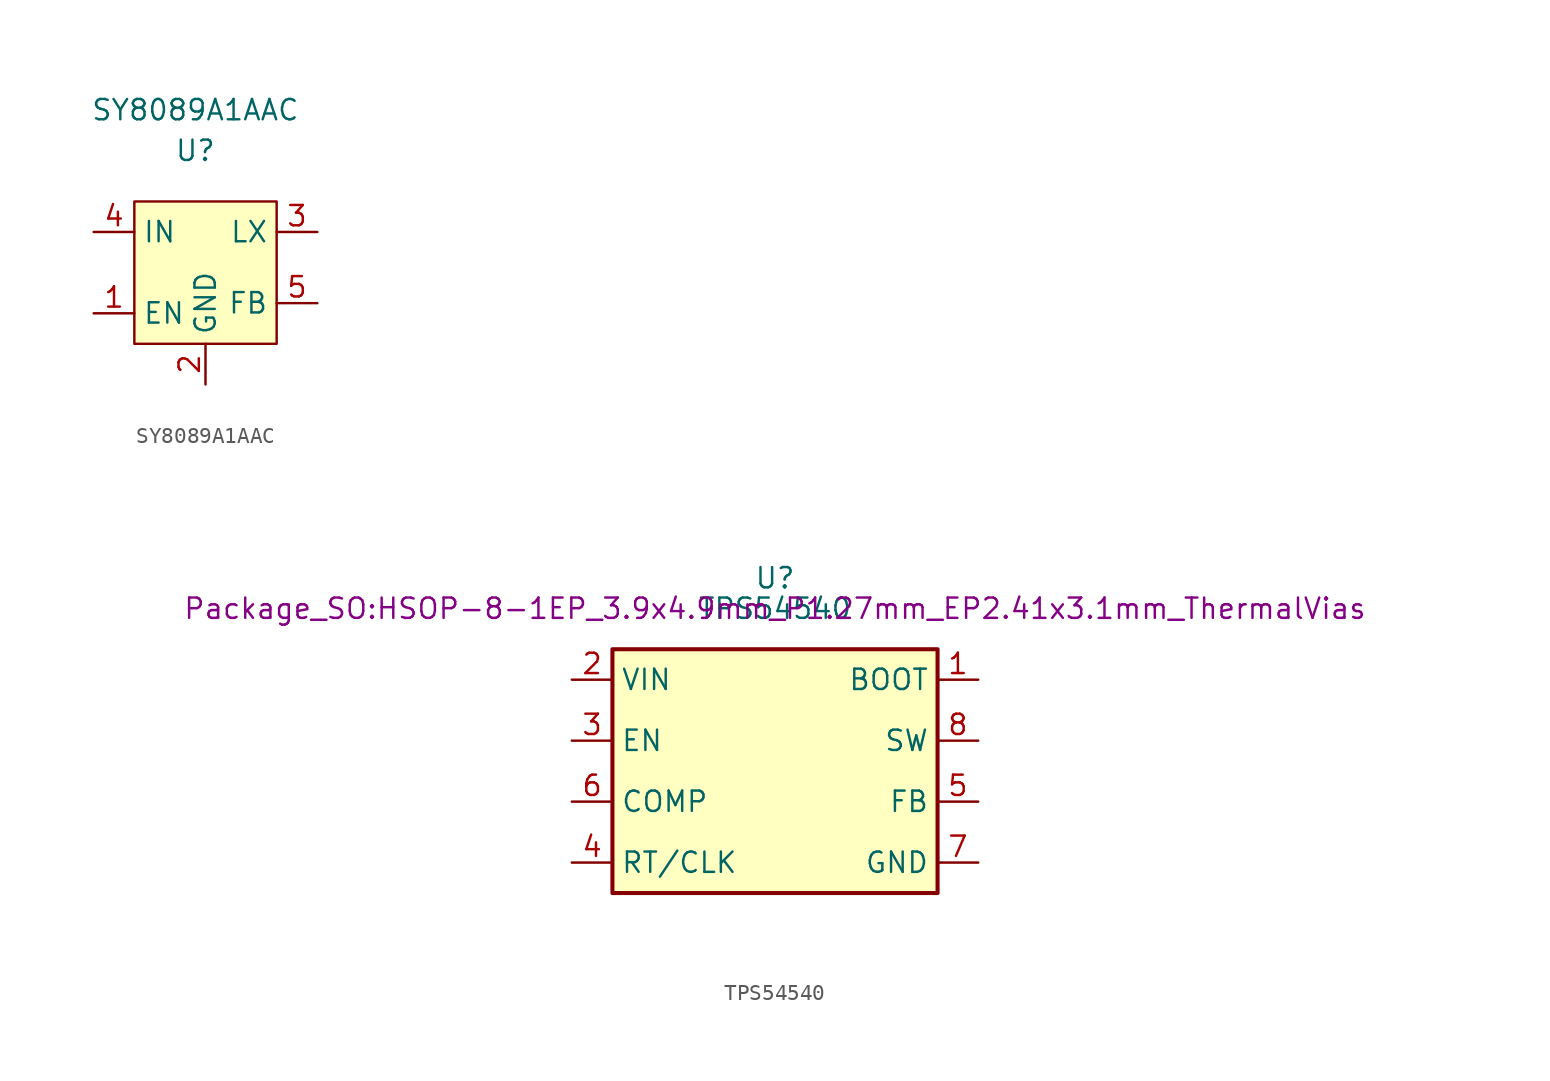
<source format=kicad_sym>
(kicad_symbol_lib
  (version 20211014)
  (generator kicad_symbol_editor)
  (symbol "SY8089A1AAC"
    (property "Reference" "U"
      (at 0 -0.635 0)
      (effects (font (size 1.27 1.27))))
    (property "Value" "SY8089A1AAC"
      (at 0 1.905 0)
      (effects (font (size 1.27 1.27))))
    (symbol "SY8089A1AAC_0_1"
      (rectangle (start -3.81 -3.81) (end 5.08 -12.7) (stroke (width 0) (type default) (color 0 0 0 0)) (fill (type background))))
    (symbol "SY8089A1AAC_1_1"
      (pin input line (at -6.35 -10.795 0) (length 2.54) (name "EN" (effects (font (size 1.27 1.27)))) (number "1" (effects (font (size 1.27 1.27)))))
      (pin input line (at 0.635 -15.24 90) (length 2.54) (name "GND" (effects (font (size 1.27 1.27)))) (number "2" (effects (font (size 1.27 1.27)))))
      (pin output line (at 7.62 -5.715 180) (length 2.54) (name "LX" (effects (font (size 1.27 1.27)))) (number "3" (effects (font (size 1.27 1.27)))))
      (pin input line (at -6.35 -5.715 0) (length 2.54) (name "IN" (effects (font (size 1.27 1.27)))) (number "4" (effects (font (size 1.27 1.27)))))
      (pin input line (at 7.62 -10.16 180) (length 2.54) (name "FB" (effects (font (size 1.27 1.27)))) (number "5" (effects (font (size 1.27 1.27)))))))
  (symbol "TPS54540"
    (property "Reference" "U"
      (at 0 1.905 0)
      (effects (font (size 1.27 1.27))))
    (property "Value" "TPS54540"
      (at 0 0 0)
      (effects (font (size 1.27 1.27))))
    (property "Footprint" "Package_SO:HSOP-8-1EP_3.9x4.9mm_P1.27mm_EP2.41x3.1mm_ThermalVias"
      (at 0 0 0)
      (effects (font (size 1.27 1.27))))
    (symbol "TPS54540_0_1"
      (rectangle (start -10.16 -2.54) (end 10.16 -17.78) (stroke (width 0.254) (type default) (color 0 0 0 0)) (fill (type background))))
    (symbol "TPS54540_1_1"
      (pin passive line (at 12.7 -4.445 180) (length 2.54) (name "BOOT" (effects (font (size 1.27 1.27)))) (number "1" (effects (font (size 1.27 1.27)))))
      (pin power_in line (at -12.7 -4.445 0) (length 2.54) (name "VIN" (effects (font (size 1.27 1.27)))) (number "2" (effects (font (size 1.27 1.27)))))
      (pin input line (at -12.7 -8.255 0) (length 2.54) (name "EN" (effects (font (size 1.27 1.27)))) (number "3" (effects (font (size 1.27 1.27)))))
      (pin passive line (at -12.7 -15.875 0) (length 2.54) (name "RT/CLK" (effects (font (size 1.27 1.27)))) (number "4" (effects (font (size 1.27 1.27)))))
      (pin input line (at 12.7 -12.065 180) (length 2.54) (name "FB" (effects (font (size 1.27 1.27)))) (number "5" (effects (font (size 1.27 1.27)))))
      (pin output line (at -12.7 -12.065 0) (length 2.54) (name "COMP" (effects (font (size 1.27 1.27)))) (number "6" (effects (font (size 1.27 1.27)))))
      (pin power_in line (at 12.7 -15.875 180) (length 2.54) (name "GND" (effects (font (size 1.27 1.27)))) (number "7" (effects (font (size 1.27 1.27)))))
      (pin power_out line (at 12.7 -8.255 180) (length 2.54) (name "SW" (effects (font (size 1.27 1.27)))) (number "8" (effects (font (size 1.27 1.27)))))
      (pin passive line (at 0 -20.32 90) (length 2.54) hide (name "GND" (effects (font (size 1.27 1.27)))) (number "9" (effects (font (size 1.27 1.27))))))))
</source>
